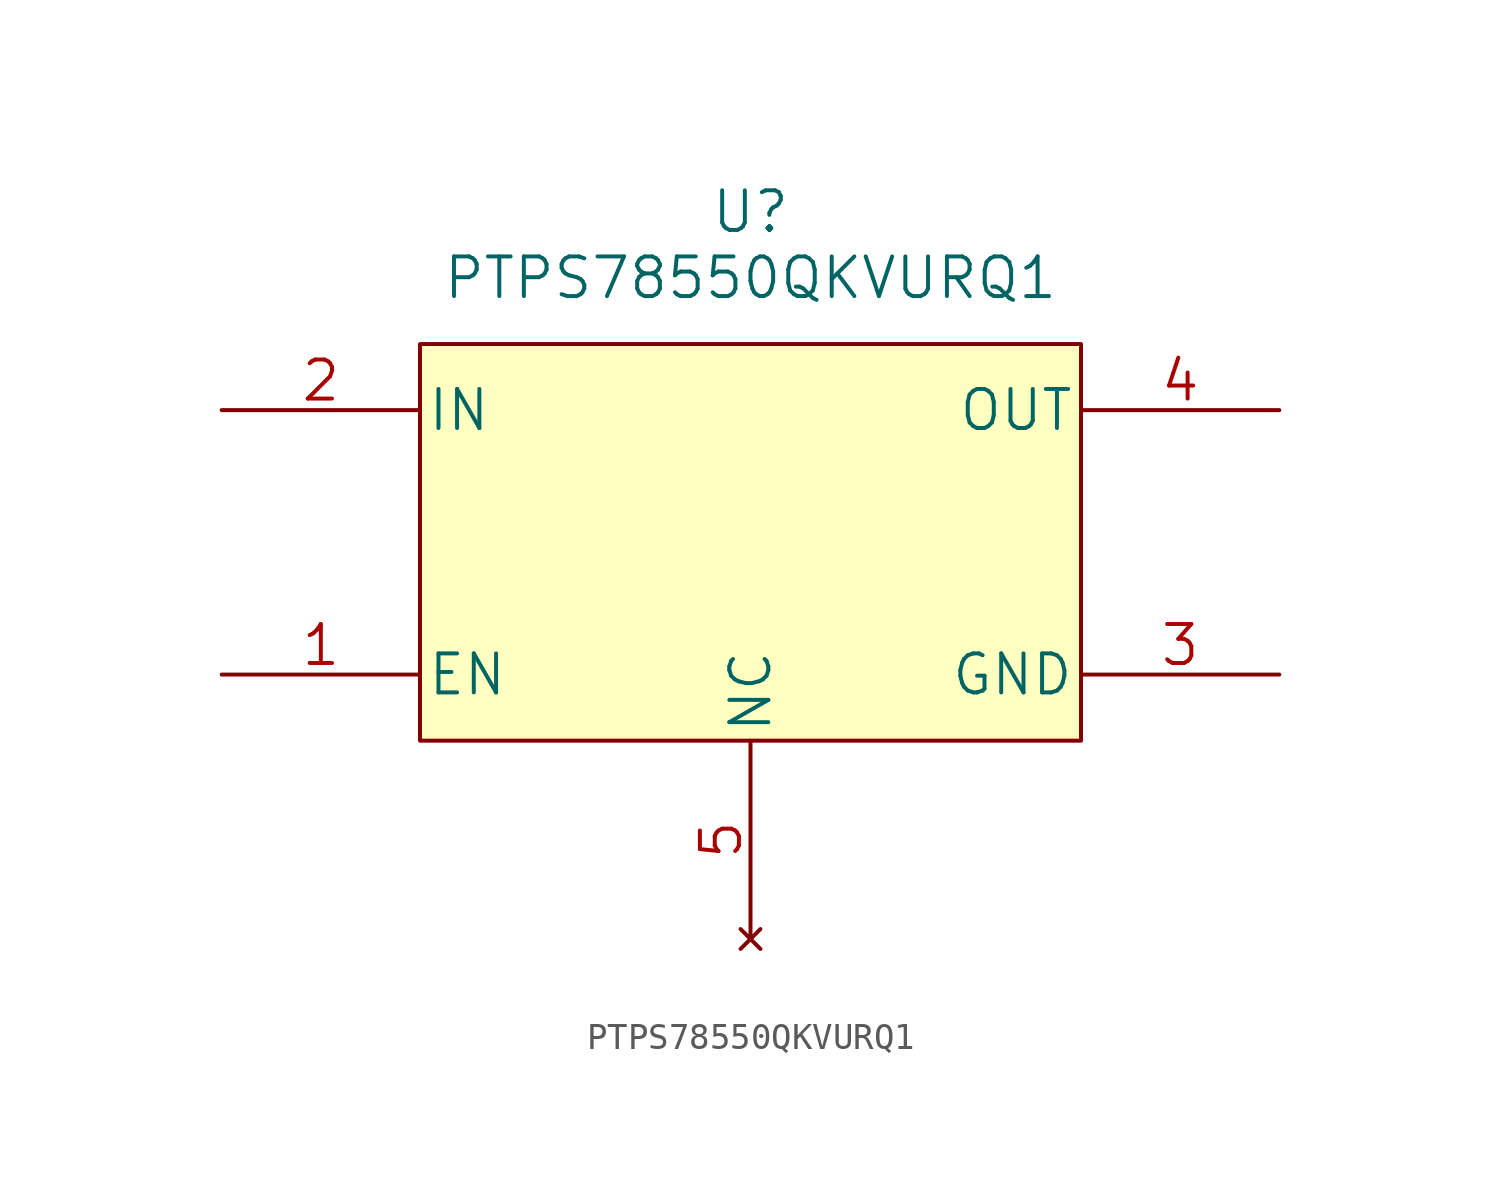
<source format=kicad_sym>
(kicad_symbol_lib
  (version 20220914)
  (generator kicad_symbol_editor)
  (symbol "PTPS78550QKVURQ1"
    (pin_names
      (offset 0.254))
    (property "Reference" "U"
      (at 20.32 10.16 0)
      (effects (font (size 1.524 1.524))))
    (property "Value" "PTPS78550QKVURQ1"
      (at 20.32 7.62 0)
      (effects (font (size 1.524 1.524))))
    (property "Datasheet" ""
      (at 0 0 0)
      (effects (font (size 1.524 1.524))))
    (property "ki_locked" ""
      (at 0 0 0)
      (effects (font (size 1.27 1.27))))
    (symbol "PTPS78550QKVURQ1_1_1"
      (rectangle (start 7.62 5.08) (end 33.02 -10.16) (stroke (width 0) (type default)) (fill (type background)))
      (pin input line (at 0 -7.62 0) (length 7.62) (name "EN" (effects (font (size 1.499 1.499)))) (number "1" (effects (font (size 1.499 1.499)))))
      (pin power_in line (at 0 2.54 0) (length 7.62) (name "IN" (effects (font (size 1.499 1.499)))) (number "2" (effects (font (size 1.499 1.499)))))
      (pin power_in line (at 40.64 -7.62 180) (length 7.62) (name "GND" (effects (font (size 1.499 1.499)))) (number "3" (effects (font (size 1.499 1.499)))))
      (pin power_out line (at 40.64 2.54 180) (length 7.62) (name "OUT" (effects (font (size 1.499 1.499)))) (number "4" (effects (font (size 1.499 1.499)))))
      (pin no_connect line (at 20.32 -17.78 90) (length 7.62) (name "NC" (effects (font (size 1.499 1.499)))) (number "5" (effects (font (size 1.499 1.499))))))))
</source>
